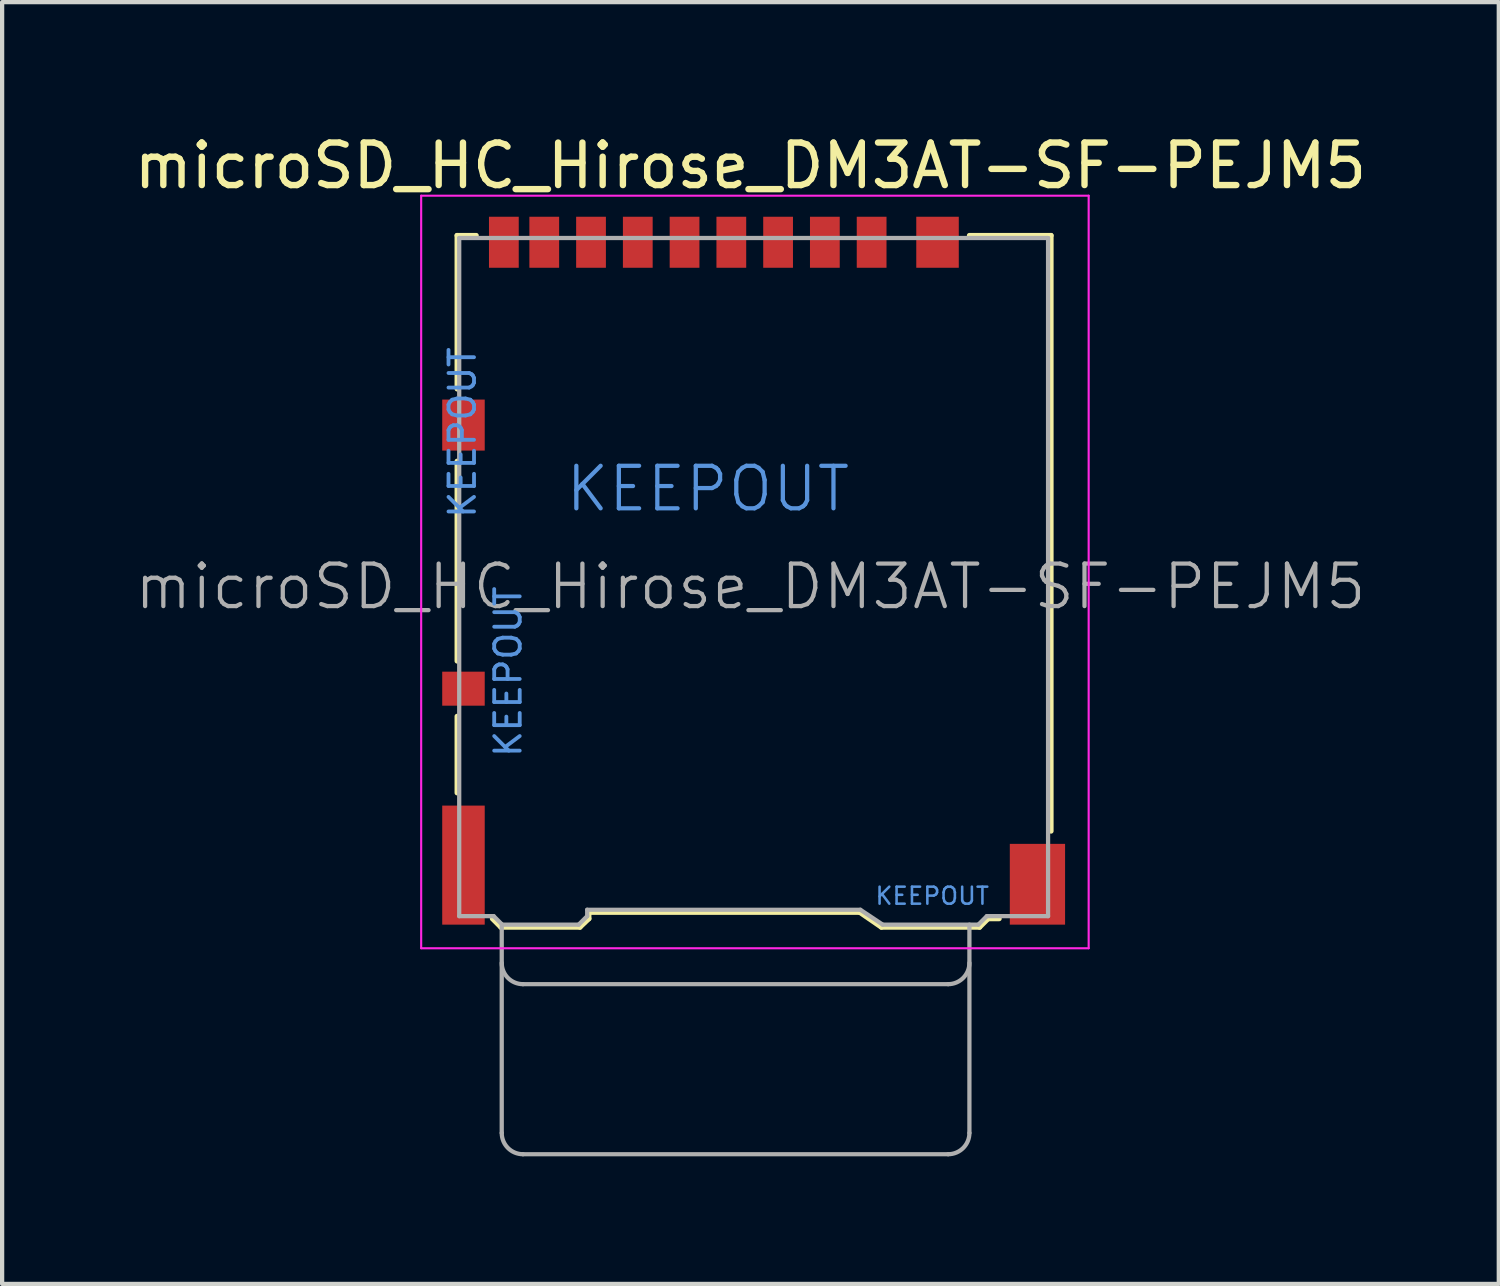
<source format=kicad_pcb>
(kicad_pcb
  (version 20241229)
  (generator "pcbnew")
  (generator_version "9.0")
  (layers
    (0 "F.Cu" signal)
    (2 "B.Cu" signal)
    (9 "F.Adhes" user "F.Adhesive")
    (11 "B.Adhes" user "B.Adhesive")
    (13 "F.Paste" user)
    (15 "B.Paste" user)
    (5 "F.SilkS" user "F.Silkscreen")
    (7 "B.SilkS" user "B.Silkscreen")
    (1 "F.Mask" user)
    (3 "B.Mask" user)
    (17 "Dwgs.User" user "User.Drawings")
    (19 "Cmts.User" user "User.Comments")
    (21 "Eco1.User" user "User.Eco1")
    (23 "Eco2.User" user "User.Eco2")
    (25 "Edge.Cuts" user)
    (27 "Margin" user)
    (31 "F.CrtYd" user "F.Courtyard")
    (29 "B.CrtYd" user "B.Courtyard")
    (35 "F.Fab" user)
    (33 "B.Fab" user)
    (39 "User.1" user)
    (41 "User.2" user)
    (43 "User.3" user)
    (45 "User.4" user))
  (footprint "microSD_HC_Hirose_DM3AT-SF-PEJM5"
    (layer "F.Cu")
    (at 14.676 10.373)
    (property "Reference" "microSD_HC_Hirose_DM3AT-SF-PEJM5" (at -0.075 -9.525 0) (layer "F.SilkS") (effects (font (size 1 1) (thickness 0.15))))
    (attr smd)
    (fp_line (start -6.975 -7.885) (end -6.975 -4.275) (stroke (width 0.12) (type solid)) (layer "F.SilkS"))
    (fp_line (start -6.975 -2.575) (end -6.975 2.125) (stroke (width 0.12) (type solid)) (layer "F.SilkS"))
    (fp_line (start -6.975 3.425) (end -6.975 5.225) (stroke (width 0.12) (type solid)) (layer "F.SilkS"))
    (fp_line (start -6.525 -7.885) (end -6.975 -7.885) (stroke (width 0.12) (type solid)) (layer "F.SilkS"))
    (fp_line (start -5.945 8.385) (end -6.145 8.185) (stroke (width 0.12) (type solid)) (layer "F.SilkS"))
    (fp_line (start -5.945 8.385) (end -4.085 8.385) (stroke (width 0.12) (type solid)) (layer "F.SilkS"))
    (fp_line (start -4.085 8.385) (end -3.875 8.185) (stroke (width 0.12) (type solid)) (layer "F.SilkS"))
    (fp_line (start -3.875 8.035) (end -3.875 8.185) (stroke (width 0.12) (type solid)) (layer "F.SilkS"))
    (fp_line (start -3.875 8.035) (end 2.495 8.035) (stroke (width 0.12) (type solid)) (layer "F.SilkS"))
    (fp_line (start 3.005 8.385) (end 2.495 8.035) (stroke (width 0.12) (type solid)) (layer "F.SilkS"))
    (fp_line (start 5.075 -7.885) (end 6.995 -7.885) (stroke (width 0.12) (type solid)) (layer "F.SilkS"))
    (fp_line (start 5.315 8.385) (end 3.005 8.385) (stroke (width 0.12) (type solid)) (layer "F.SilkS"))
    (fp_line (start 5.315 8.385) (end 5.515 8.185) (stroke (width 0.12) (type solid)) (layer "F.SilkS"))
    (fp_line (start 5.515 8.185) (end 5.775 8.185) (stroke (width 0.12) (type solid)) (layer "F.SilkS"))
    (fp_line (start 6.995 -7.885) (end 6.995 6.125) (stroke (width 0.12) (type solid)) (layer "F.SilkS"))
    (fp_line (start -7.82 -8.82) (end 7.88 -8.82) (stroke (width 0.05) (type solid)) (layer "F.CrtYd"))
    (fp_line (start -7.82 8.88) (end -7.82 -8.82) (stroke (width 0.05) (type solid)) (layer "F.CrtYd"))
    (fp_line (start 7.88 -8.82) (end 7.88 8.88) (stroke (width 0.05) (type solid)) (layer "F.CrtYd"))
    (fp_line (start 7.88 8.88) (end -7.82 8.88) (stroke (width 0.05) (type solid)) (layer "F.CrtYd"))
    (fp_line (start -6.925 8.125) (end -6.925 -7.825) (stroke (width 0.1) (type solid)) (layer "F.Fab"))
    (fp_line (start -6.115 8.125) (end -6.925 8.125) (stroke (width 0.1) (type solid)) (layer "F.Fab"))
    (fp_line (start -5.925 8.325) (end -5.925 13.225) (stroke (width 0.1) (type solid)) (layer "F.Fab"))
    (fp_line (start -5.915 8.325) (end -6.115 8.125) (stroke (width 0.1) (type solid)) (layer "F.Fab"))
    (fp_line (start -5.425 9.725) (end 4.575 9.725) (stroke (width 0.1) (type solid)) (layer "F.Fab"))
    (fp_line (start -5.425 13.725) (end 4.575 13.725) (stroke (width 0.1) (type solid)) (layer "F.Fab"))
    (fp_line (start -4.115 8.325) (end -5.915 8.325) (stroke (width 0.1) (type solid)) (layer "F.Fab"))
    (fp_line (start -3.915 8.125) (end -4.115 8.325) (stroke (width 0.1) (type solid)) (layer "F.Fab"))
    (fp_line (start -3.915 8.125) (end -3.915 7.975) (stroke (width 0.1) (type solid)) (layer "F.Fab"))
    (fp_line (start 2.51 7.975) (end -3.915 7.975) (stroke (width 0.1) (type solid)) (layer "F.Fab"))
    (fp_line (start 3.035 8.325) (end 2.51 7.975) (stroke (width 0.1) (type solid)) (layer "F.Fab"))
    (fp_line (start 5.075 13.225) (end 5.075 8.325) (stroke (width 0.1) (type solid)) (layer "F.Fab"))
    (fp_line (start 5.285 8.325) (end 3.035 8.325) (stroke (width 0.1) (type solid)) (layer "F.Fab"))
    (fp_line (start 5.285 8.325) (end 5.485 8.125) (stroke (width 0.1) (type solid)) (layer "F.Fab"))
    (fp_line (start 5.485 8.125) (end 6.925 8.125) (stroke (width 0.1) (type solid)) (layer "F.Fab"))
    (fp_line (start 6.925 -7.825) (end -6.925 -7.825) (stroke (width 0.1) (type solid)) (layer "F.Fab"))
    (fp_line (start 6.925 8.125) (end 6.925 -7.825) (stroke (width 0.1) (type solid)) (layer "F.Fab"))
    (fp_arc (start -5.425 9.725) (mid -5.778553 9.578553) (end -5.925 9.225) (stroke (width 0.1) (type solid)) (layer "F.Fab"))
    (fp_arc (start -5.425 13.725) (mid -5.778553 13.578553) (end -5.925 13.225) (stroke (width 0.1) (type solid)) (layer "F.Fab"))
    (fp_arc (start 5.075 9.225) (mid 4.928553 9.578553) (end 4.575 9.725) (stroke (width 0.1) (type solid)) (layer "F.Fab"))
    (fp_arc (start 5.075 13.225) (mid 4.928553 13.578553) (end 4.575 13.725) (stroke (width 0.1) (type solid)) (layer "F.Fab"))
    (fp_text user "KEEPOUT" (at -5.775 2.375 90) (layer "Cmts.User") (effects (font (size 0.6 0.6) (thickness 0.09))))
    (fp_text user "KEEPOUT" (at -1.075 -1.925 0) (layer "Cmts.User") (effects (font (size 1 1) (thickness 0.1))))
    (fp_text user "KEEPOUT" (at 4.2 7.65 0) (layer "Cmts.User") (effects (font (size 0.4 0.4) (thickness 0.06))))
    (fp_text user "KEEPOUT" (at -6.85 -3.25 90) (layer "Cmts.User") (effects (font (size 0.6 0.6) (thickness 0.09))))
    (fp_text user "${REFERENCE}" (at -0.075 0.375 0) (layer "F.Fab") (effects (font (size 1 1) (thickness 0.1))))
    (pad "1" smd rect (at 2.775 -7.725) (size 0.7 1.2) (layers "F.Cu" "F.Mask" "F.Paste"))
    (pad "2" smd rect (at 1.675 -7.725) (size 0.7 1.2) (layers "F.Cu" "F.Mask" "F.Paste"))
    (pad "3" smd rect (at 0.575 -7.725) (size 0.7 1.2) (layers "F.Cu" "F.Mask" "F.Paste"))
    (pad "4" smd rect (at -0.525 -7.725) (size 0.7 1.2) (layers "F.Cu" "F.Mask" "F.Paste"))
    (pad "5" smd rect (at -1.625 -7.725) (size 0.7 1.2) (layers "F.Cu" "F.Mask" "F.Paste"))
    (pad "6" smd rect (at -2.725 -7.725) (size 0.7 1.2) (layers "F.Cu" "F.Mask" "F.Paste"))
    (pad "7" smd rect (at -3.825 -7.725) (size 0.7 1.2) (layers "F.Cu" "F.Mask" "F.Paste"))
    (pad "8" smd rect (at -4.925 -7.725) (size 0.7 1.2) (layers "F.Cu" "F.Mask" "F.Paste"))
    (pad "9" smd rect (at -5.875 -7.725) (size 0.7 1.2) (layers "F.Cu" "F.Mask" "F.Paste"))
    (pad "10" smd rect (at -6.825 2.775) (size 1 0.8) (layers "F.Cu" "F.Mask" "F.Paste"))
    (pad "11" smd rect (at -6.825 -3.425) (size 1 1.2) (layers "F.Cu" "F.Mask" "F.Paste"))
    (pad "11" smd rect (at -6.825 6.925) (size 1 2.8) (layers "F.Cu" "F.Mask" "F.Paste"))
    (pad "11" smd rect (at 4.325 -7.725) (size 1 1.2) (layers "F.Cu" "F.Mask" "F.Paste"))
    (pad "11" smd rect (at 6.675 7.375) (size 1.3 1.9) (layers "F.Cu" "F.Mask" "F.Paste"))
    (zone (net_name "") (layer "F.Cu") (hatch full 0.508) (connect_pads) (min_thickness 0.254) (filled_areas_thickness no) (keepout (tracks not_allowed) (vias not_allowed) (pads not_allowed) (copperpour not_allowed) (footprints not_allowed)) (placement (enabled no)) (fill) (polygon (pts (xy 8.201 6.348) (xy 7.451 6.348) (xy 7.451 3.098) (xy 8.201 3.098))))
    (zone (net_name "") (layer "F.Cu") (hatch full 0.508) (connect_pads) (min_thickness 0.254) (filled_areas_thickness no) (keepout (tracks not_allowed) (vias not_allowed) (pads not_allowed) (copperpour not_allowed) (footprints not_allowed)) (placement (enabled no)) (fill) (polygon (pts (xy 8.201 11.148) (xy 7.451 11.148) (xy 7.451 7.548) (xy 8.201 7.548))))
    (zone (net_name "") (layer "F.Cu") (hatch full 0.508) (connect_pads) (min_thickness 0.254) (filled_areas_thickness no) (keepout (tracks not_allowed) (vias not_allowed) (pads not_allowed) (copperpour not_allowed) (footprints not_allowed)) (placement (enabled no)) (fill) (polygon (pts (xy 8.551 8.948) (xy 9.251 8.948) (xy 9.251 16.548) (xy 8.551 16.548))))
    (zone (net_name "") (layer "F.Cu") (hatch full 0.508) (connect_pads) (min_thickness 0.254) (filled_areas_thickness no) (keepout (tracks not_allowed) (vias not_allowed) (pads not_allowed) (copperpour not_allowed) (footprints not_allowed)) (placement (enabled no)) (fill) (polygon (pts (xy 17.601 17.348) (xy 20.151 17.348) (xy 20.151 18.698) (xy 17.601 18.698))))
    (zone (net_name "") (layer "F.Cu") (hatch full 0.508) (connect_pads) (min_thickness 0.254) (filled_areas_thickness no) (keepout (tracks not_allowed) (vias not_allowed) (pads not_allowed) (copperpour not_allowed) (footprints not_allowed)) (placement (enabled no)) (fill) (polygon (pts (xy 17.951 9.248) (xy 9.251 9.248) (xy 9.251 7.648) (xy 17.951 7.648)))))
  (gr_rect
    (start -3 -3)
    (end 32.202 27.148)
    (stroke (width 0.1) (type default))
    (fill no)
    (layer "Edge.Cuts")))
</source>
